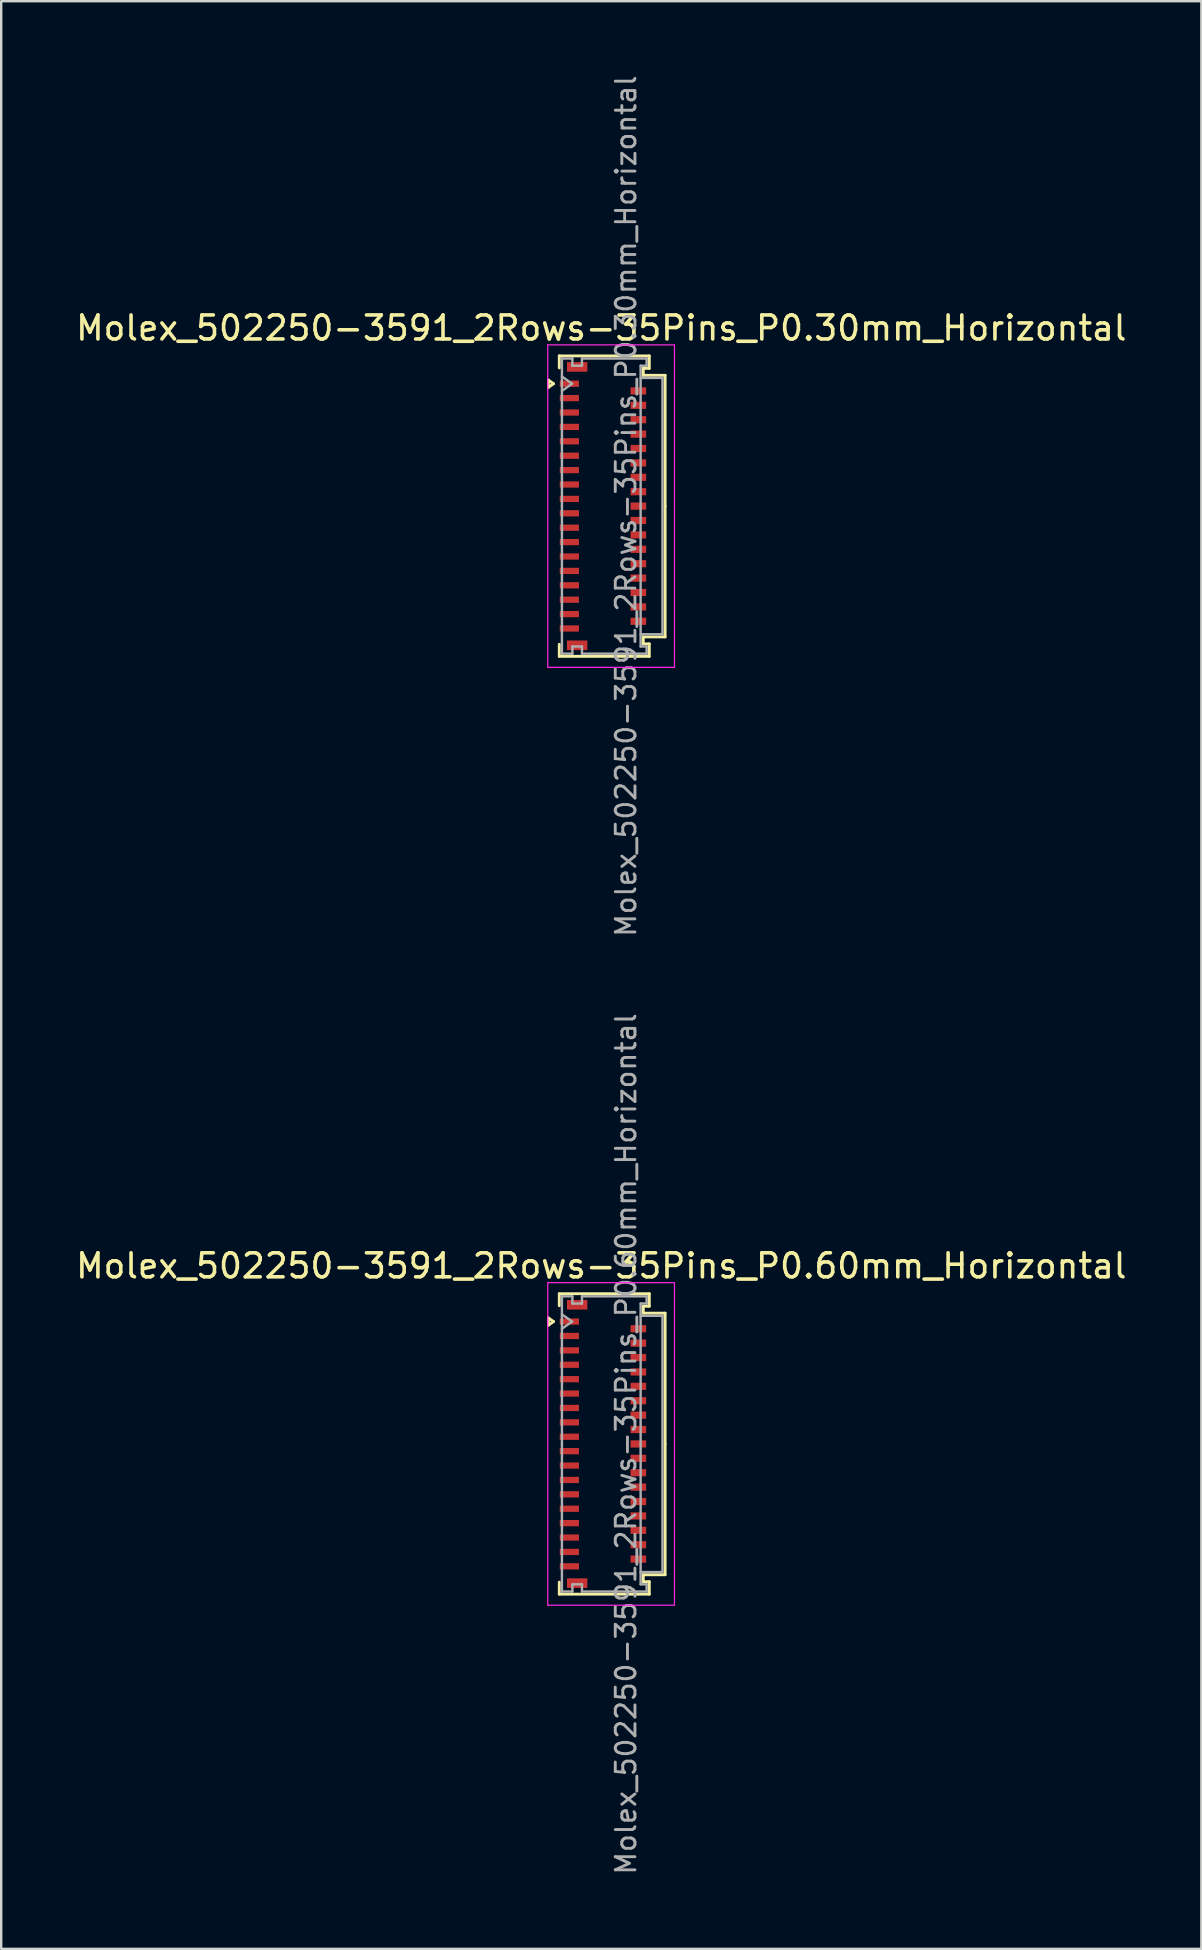
<source format=kicad_pcb>
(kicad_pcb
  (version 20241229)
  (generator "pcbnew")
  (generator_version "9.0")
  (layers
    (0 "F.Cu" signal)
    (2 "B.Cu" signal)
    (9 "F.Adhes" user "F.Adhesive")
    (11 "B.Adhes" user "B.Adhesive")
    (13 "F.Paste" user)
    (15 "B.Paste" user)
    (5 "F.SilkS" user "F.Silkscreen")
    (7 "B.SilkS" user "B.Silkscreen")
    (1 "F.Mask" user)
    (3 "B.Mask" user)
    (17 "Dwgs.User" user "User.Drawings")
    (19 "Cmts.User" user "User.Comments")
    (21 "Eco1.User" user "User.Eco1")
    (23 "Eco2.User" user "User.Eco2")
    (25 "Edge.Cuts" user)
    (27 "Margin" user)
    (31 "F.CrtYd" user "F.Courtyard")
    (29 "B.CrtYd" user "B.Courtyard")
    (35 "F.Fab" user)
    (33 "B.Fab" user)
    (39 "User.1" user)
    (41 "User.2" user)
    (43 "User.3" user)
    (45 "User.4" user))
  (footprint "Molex_502250-3591_2Rows-35Pins_P0.30mm_Horizontal"
    (layer "F.Cu")
    (at 22.076 18.04)
    (property "Reference" "Molex_502250-3591_2Rows-35Pins_P0.30mm_Horizontal" (at -0.07 -7.42 0) (layer "F.SilkS") (effects (font (size 1 1) (thickness 0.15))))
    (attr smd)
    (fp_line (start -2.272 -5.25) (end -2.06 -5.1) (stroke (width 0.12) (type solid)) (layer "F.SilkS"))
    (fp_line (start -2.272 -4.95) (end -2.272 -5.25) (stroke (width 0.12) (type solid)) (layer "F.SilkS"))
    (fp_line (start -2.06 -5.1) (end -2.272 -4.95) (stroke (width 0.12) (type solid)) (layer "F.SilkS"))
    (fp_line (start -1.82 -6.26) (end 1.93 -6.26) (stroke (width 0.12) (type solid)) (layer "F.SilkS"))
    (fp_line (start -1.82 -5.76) (end -1.82 -6.26) (stroke (width 0.12) (type solid)) (layer "F.SilkS"))
    (fp_line (start -1.82 5.76) (end -1.82 6.26) (stroke (width 0.12) (type solid)) (layer "F.SilkS"))
    (fp_line (start -1.82 6.26) (end 1.93 6.26) (stroke (width 0.12) (type solid)) (layer "F.SilkS"))
    (fp_line (start 1.68 -5.74) (end 1.68 -5.45) (stroke (width 0.12) (type solid)) (layer "F.SilkS"))
    (fp_line (start 1.68 -5.45) (end 2.59 -5.45) (stroke (width 0.12) (type solid)) (layer "F.SilkS"))
    (fp_line (start 1.68 5.45) (end 2.59 5.45) (stroke (width 0.12) (type solid)) (layer "F.SilkS"))
    (fp_line (start 1.68 5.74) (end 1.68 5.45) (stroke (width 0.12) (type solid)) (layer "F.SilkS"))
    (fp_line (start 1.93 -6.26) (end 1.93 -5.74) (stroke (width 0.12) (type solid)) (layer "F.SilkS"))
    (fp_line (start 1.93 -5.74) (end 1.68 -5.74) (stroke (width 0.12) (type solid)) (layer "F.SilkS"))
    (fp_line (start 1.93 5.74) (end 1.68 5.74) (stroke (width 0.12) (type solid)) (layer "F.SilkS"))
    (fp_line (start 1.93 6.26) (end 1.93 5.74) (stroke (width 0.12) (type solid)) (layer "F.SilkS"))
    (fp_line (start 2.59 -5.45) (end 2.59 0) (stroke (width 0.12) (type solid)) (layer "F.SilkS"))
    (fp_line (start 2.59 5.45) (end 2.59 0) (stroke (width 0.12) (type solid)) (layer "F.SilkS"))
    (fp_line (start -2.3 -6.72) (end -2.3 6.72) (stroke (width 0.05) (type solid)) (layer "F.CrtYd"))
    (fp_line (start -2.3 6.72) (end 2.98 6.72) (stroke (width 0.05) (type solid)) (layer "F.CrtYd"))
    (fp_line (start 2.98 -6.72) (end -2.3 -6.72) (stroke (width 0.05) (type solid)) (layer "F.CrtYd"))
    (fp_line (start 2.98 6.72) (end 2.98 -6.72) (stroke (width 0.05) (type solid)) (layer "F.CrtYd"))
    (fp_line (start -1.71 -6.15) (end -1.275 -6.15) (stroke (width 0.1) (type solid)) (layer "F.Fab"))
    (fp_line (start -1.71 -5.4) (end -1.286 -5.1) (stroke (width 0.1) (type solid)) (layer "F.Fab"))
    (fp_line (start -1.71 0) (end -1.71 -6.15) (stroke (width 0.1) (type solid)) (layer "F.Fab"))
    (fp_line (start -1.71 0) (end -1.71 6.15) (stroke (width 0.1) (type solid)) (layer "F.Fab"))
    (fp_line (start -1.71 6.15) (end -1.275 6.15) (stroke (width 0.1) (type solid)) (layer "F.Fab"))
    (fp_line (start -1.286 -5.1) (end -1.71 -4.8) (stroke (width 0.1) (type solid)) (layer "F.Fab"))
    (fp_line (start -1.275 -6.15) (end -1.275 -5.85) (stroke (width 0.1) (type solid)) (layer "F.Fab"))
    (fp_line (start -1.275 -5.85) (end -0.875 -5.85) (stroke (width 0.1) (type solid)) (layer "F.Fab"))
    (fp_line (start -1.275 5.85) (end -0.875 5.85) (stroke (width 0.1) (type solid)) (layer "F.Fab"))
    (fp_line (start -1.275 6.15) (end -1.275 5.85) (stroke (width 0.1) (type solid)) (layer "F.Fab"))
    (fp_line (start -0.875 -6.15) (end 1.82 -6.15) (stroke (width 0.1) (type solid)) (layer "F.Fab"))
    (fp_line (start -0.875 -5.85) (end -0.875 -6.15) (stroke (width 0.1) (type solid)) (layer "F.Fab"))
    (fp_line (start -0.875 5.85) (end -0.875 6.15) (stroke (width 0.1) (type solid)) (layer "F.Fab"))
    (fp_line (start -0.875 6.15) (end 1.82 6.15) (stroke (width 0.1) (type solid)) (layer "F.Fab"))
    (fp_line (start 1.57 -5.85) (end 1.57 0) (stroke (width 0.1) (type solid)) (layer "F.Fab"))
    (fp_line (start 1.57 -5.34) (end 2.48 -5.34) (stroke (width 0.1) (type solid)) (layer "F.Fab"))
    (fp_line (start 1.57 5.85) (end 1.57 0) (stroke (width 0.1) (type solid)) (layer "F.Fab"))
    (fp_line (start 1.82 -6.15) (end 1.82 -5.85) (stroke (width 0.1) (type solid)) (layer "F.Fab"))
    (fp_line (start 1.82 -5.85) (end 1.57 -5.85) (stroke (width 0.1) (type solid)) (layer "F.Fab"))
    (fp_line (start 1.82 5.85) (end 1.57 5.85) (stroke (width 0.1) (type solid)) (layer "F.Fab"))
    (fp_line (start 1.82 6.15) (end 1.82 5.85) (stroke (width 0.1) (type solid)) (layer "F.Fab"))
    (fp_line (start 2.48 -5.34) (end 2.48 5.34) (stroke (width 0.1) (type solid)) (layer "F.Fab"))
    (fp_line (start 2.48 5.34) (end 1.57 5.34) (stroke (width 0.1) (type solid)) (layer "F.Fab"))
    (fp_text user "${REFERENCE}" (at 0.96 0 90) (layer "F.Fab") (effects (font (size 0.82 0.82) (thickness 0.12))))
    (pad "" smd rect (at -1.075 -5.8) (size 0.85 0.4) (layers "F.Cu" "F.Mask" "F.Paste"))
    (pad "" smd rect (at -1.075 5.8) (size 0.85 0.4) (layers "F.Cu" "F.Mask" "F.Paste"))
    (pad "1" smd rect (at -1.4 -5.1) (size 0.8 0.26) (layers "F.Cu" "F.Mask" "F.Paste"))
    (pad "2" smd rect (at 1.475 -4.8) (size 0.65 0.3) (layers "F.Cu" "F.Mask" "F.Paste"))
    (pad "3" smd rect (at -1.4 -4.5) (size 0.8 0.26) (layers "F.Cu" "F.Mask" "F.Paste"))
    (pad "4" smd rect (at 1.475 -4.2) (size 0.65 0.3) (layers "F.Cu" "F.Mask" "F.Paste"))
    (pad "5" smd rect (at -1.4 -3.9) (size 0.8 0.26) (layers "F.Cu" "F.Mask" "F.Paste"))
    (pad "6" smd rect (at 1.475 -3.6) (size 0.65 0.3) (layers "F.Cu" "F.Mask" "F.Paste"))
    (pad "7" smd rect (at -1.4 -3.3) (size 0.8 0.26) (layers "F.Cu" "F.Mask" "F.Paste"))
    (pad "8" smd rect (at 1.475 -3) (size 0.65 0.3) (layers "F.Cu" "F.Mask" "F.Paste"))
    (pad "9" smd rect (at -1.4 -2.7) (size 0.8 0.26) (layers "F.Cu" "F.Mask" "F.Paste"))
    (pad "10" smd rect (at 1.475 -2.4) (size 0.65 0.3) (layers "F.Cu" "F.Mask" "F.Paste"))
    (pad "11" smd rect (at -1.4 -2.1) (size 0.8 0.26) (layers "F.Cu" "F.Mask" "F.Paste"))
    (pad "12" smd rect (at 1.475 -1.8) (size 0.65 0.3) (layers "F.Cu" "F.Mask" "F.Paste"))
    (pad "13" smd rect (at -1.4 -1.5) (size 0.8 0.26) (layers "F.Cu" "F.Mask" "F.Paste"))
    (pad "14" smd rect (at 1.475 -1.2) (size 0.65 0.3) (layers "F.Cu" "F.Mask" "F.Paste"))
    (pad "15" smd rect (at -1.4 -0.9) (size 0.8 0.26) (layers "F.Cu" "F.Mask" "F.Paste"))
    (pad "16" smd rect (at 1.475 -0.6) (size 0.65 0.3) (layers "F.Cu" "F.Mask" "F.Paste"))
    (pad "17" smd rect (at -1.4 -0.3) (size 0.8 0.26) (layers "F.Cu" "F.Mask" "F.Paste"))
    (pad "18" smd rect (at 1.475 0) (size 0.65 0.3) (layers "F.Cu" "F.Mask" "F.Paste"))
    (pad "19" smd rect (at -1.4 0.3) (size 0.8 0.26) (layers "F.Cu" "F.Mask" "F.Paste"))
    (pad "20" smd rect (at 1.475 0.6) (size 0.65 0.3) (layers "F.Cu" "F.Mask" "F.Paste"))
    (pad "21" smd rect (at -1.4 0.9) (size 0.8 0.26) (layers "F.Cu" "F.Mask" "F.Paste"))
    (pad "22" smd rect (at 1.475 1.2) (size 0.65 0.3) (layers "F.Cu" "F.Mask" "F.Paste"))
    (pad "23" smd rect (at -1.4 1.5) (size 0.8 0.26) (layers "F.Cu" "F.Mask" "F.Paste"))
    (pad "24" smd rect (at 1.475 1.8) (size 0.65 0.3) (layers "F.Cu" "F.Mask" "F.Paste"))
    (pad "25" smd rect (at -1.4 2.1) (size 0.8 0.26) (layers "F.Cu" "F.Mask" "F.Paste"))
    (pad "26" smd rect (at 1.475 2.4) (size 0.65 0.3) (layers "F.Cu" "F.Mask" "F.Paste"))
    (pad "27" smd rect (at -1.4 2.7) (size 0.8 0.26) (layers "F.Cu" "F.Mask" "F.Paste"))
    (pad "28" smd rect (at 1.475 3) (size 0.65 0.3) (layers "F.Cu" "F.Mask" "F.Paste"))
    (pad "29" smd rect (at -1.4 3.3) (size 0.8 0.26) (layers "F.Cu" "F.Mask" "F.Paste"))
    (pad "30" smd rect (at 1.475 3.6) (size 0.65 0.3) (layers "F.Cu" "F.Mask" "F.Paste"))
    (pad "31" smd rect (at -1.4 3.9) (size 0.8 0.26) (layers "F.Cu" "F.Mask" "F.Paste"))
    (pad "32" smd rect (at 1.475 4.2) (size 0.65 0.3) (layers "F.Cu" "F.Mask" "F.Paste"))
    (pad "33" smd rect (at -1.4 4.5) (size 0.8 0.26) (layers "F.Cu" "F.Mask" "F.Paste"))
    (pad "34" smd rect (at 1.475 4.8) (size 0.65 0.3) (layers "F.Cu" "F.Mask" "F.Paste"))
    (pad "35" smd rect (at -1.4 5.1) (size 0.8 0.26) (layers "F.Cu" "F.Mask" "F.Paste")))
  (footprint "Molex_502250-3591_2Rows-35Pins_P0.60mm_Horizontal"
    (layer "F.Cu")
    (at 22.076 57.121)
    (property "Reference" "Molex_502250-3591_2Rows-35Pins_P0.60mm_Horizontal" (at -0.07 -7.42 0) (layer "F.SilkS") (effects (font (size 1 1) (thickness 0.15))))
    (attr smd)
    (fp_line (start -2.272 -5.25) (end -2.06 -5.1) (stroke (width 0.12) (type solid)) (layer "F.SilkS"))
    (fp_line (start -2.272 -4.95) (end -2.272 -5.25) (stroke (width 0.12) (type solid)) (layer "F.SilkS"))
    (fp_line (start -2.06 -5.1) (end -2.272 -4.95) (stroke (width 0.12) (type solid)) (layer "F.SilkS"))
    (fp_line (start -1.82 -6.26) (end 1.93 -6.26) (stroke (width 0.12) (type solid)) (layer "F.SilkS"))
    (fp_line (start -1.82 -5.76) (end -1.82 -6.26) (stroke (width 0.12) (type solid)) (layer "F.SilkS"))
    (fp_line (start -1.82 5.76) (end -1.82 6.26) (stroke (width 0.12) (type solid)) (layer "F.SilkS"))
    (fp_line (start -1.82 6.26) (end 1.93 6.26) (stroke (width 0.12) (type solid)) (layer "F.SilkS"))
    (fp_line (start 1.68 -5.74) (end 1.68 -5.45) (stroke (width 0.12) (type solid)) (layer "F.SilkS"))
    (fp_line (start 1.68 -5.45) (end 2.59 -5.45) (stroke (width 0.12) (type solid)) (layer "F.SilkS"))
    (fp_line (start 1.68 5.45) (end 2.59 5.45) (stroke (width 0.12) (type solid)) (layer "F.SilkS"))
    (fp_line (start 1.68 5.74) (end 1.68 5.45) (stroke (width 0.12) (type solid)) (layer "F.SilkS"))
    (fp_line (start 1.93 -6.26) (end 1.93 -5.74) (stroke (width 0.12) (type solid)) (layer "F.SilkS"))
    (fp_line (start 1.93 -5.74) (end 1.68 -5.74) (stroke (width 0.12) (type solid)) (layer "F.SilkS"))
    (fp_line (start 1.93 5.74) (end 1.68 5.74) (stroke (width 0.12) (type solid)) (layer "F.SilkS"))
    (fp_line (start 1.93 6.26) (end 1.93 5.74) (stroke (width 0.12) (type solid)) (layer "F.SilkS"))
    (fp_line (start 2.59 -5.45) (end 2.59 0) (stroke (width 0.12) (type solid)) (layer "F.SilkS"))
    (fp_line (start 2.59 5.45) (end 2.59 0) (stroke (width 0.12) (type solid)) (layer "F.SilkS"))
    (fp_line (start -2.3 -6.72) (end -2.3 6.72) (stroke (width 0.05) (type solid)) (layer "F.CrtYd"))
    (fp_line (start -2.3 6.72) (end 2.98 6.72) (stroke (width 0.05) (type solid)) (layer "F.CrtYd"))
    (fp_line (start 2.98 -6.72) (end -2.3 -6.72) (stroke (width 0.05) (type solid)) (layer "F.CrtYd"))
    (fp_line (start 2.98 6.72) (end 2.98 -6.72) (stroke (width 0.05) (type solid)) (layer "F.CrtYd"))
    (fp_line (start -1.71 -6.15) (end -1.275 -6.15) (stroke (width 0.1) (type solid)) (layer "F.Fab"))
    (fp_line (start -1.71 -5.4) (end -1.286 -5.1) (stroke (width 0.1) (type solid)) (layer "F.Fab"))
    (fp_line (start -1.71 0) (end -1.71 -6.15) (stroke (width 0.1) (type solid)) (layer "F.Fab"))
    (fp_line (start -1.71 0) (end -1.71 6.15) (stroke (width 0.1) (type solid)) (layer "F.Fab"))
    (fp_line (start -1.71 6.15) (end -1.275 6.15) (stroke (width 0.1) (type solid)) (layer "F.Fab"))
    (fp_line (start -1.286 -5.1) (end -1.71 -4.8) (stroke (width 0.1) (type solid)) (layer "F.Fab"))
    (fp_line (start -1.275 -6.15) (end -1.275 -5.85) (stroke (width 0.1) (type solid)) (layer "F.Fab"))
    (fp_line (start -1.275 -5.85) (end -0.875 -5.85) (stroke (width 0.1) (type solid)) (layer "F.Fab"))
    (fp_line (start -1.275 5.85) (end -0.875 5.85) (stroke (width 0.1) (type solid)) (layer "F.Fab"))
    (fp_line (start -1.275 6.15) (end -1.275 5.85) (stroke (width 0.1) (type solid)) (layer "F.Fab"))
    (fp_line (start -0.875 -6.15) (end 1.82 -6.15) (stroke (width 0.1) (type solid)) (layer "F.Fab"))
    (fp_line (start -0.875 -5.85) (end -0.875 -6.15) (stroke (width 0.1) (type solid)) (layer "F.Fab"))
    (fp_line (start -0.875 5.85) (end -0.875 6.15) (stroke (width 0.1) (type solid)) (layer "F.Fab"))
    (fp_line (start -0.875 6.15) (end 1.82 6.15) (stroke (width 0.1) (type solid)) (layer "F.Fab"))
    (fp_line (start 1.57 -5.85) (end 1.57 0) (stroke (width 0.1) (type solid)) (layer "F.Fab"))
    (fp_line (start 1.57 -5.34) (end 2.48 -5.34) (stroke (width 0.1) (type solid)) (layer "F.Fab"))
    (fp_line (start 1.57 5.85) (end 1.57 0) (stroke (width 0.1) (type solid)) (layer "F.Fab"))
    (fp_line (start 1.82 -6.15) (end 1.82 -5.85) (stroke (width 0.1) (type solid)) (layer "F.Fab"))
    (fp_line (start 1.82 -5.85) (end 1.57 -5.85) (stroke (width 0.1) (type solid)) (layer "F.Fab"))
    (fp_line (start 1.82 5.85) (end 1.57 5.85) (stroke (width 0.1) (type solid)) (layer "F.Fab"))
    (fp_line (start 1.82 6.15) (end 1.82 5.85) (stroke (width 0.1) (type solid)) (layer "F.Fab"))
    (fp_line (start 2.48 -5.34) (end 2.48 5.34) (stroke (width 0.1) (type solid)) (layer "F.Fab"))
    (fp_line (start 2.48 5.34) (end 1.57 5.34) (stroke (width 0.1) (type solid)) (layer "F.Fab"))
    (fp_text user "${REFERENCE}" (at 0.96 0 90) (layer "F.Fab") (effects (font (size 0.82 0.82) (thickness 0.12))))
    (pad "" smd rect (at -1.075 -5.8) (size 0.85 0.4) (layers "F.Cu" "F.Mask" "F.Paste"))
    (pad "" smd rect (at -1.075 5.8) (size 0.85 0.4) (layers "F.Cu" "F.Mask" "F.Paste"))
    (pad "1" smd rect (at -1.4 -5.1) (size 0.8 0.26) (layers "F.Cu" "F.Mask" "F.Paste"))
    (pad "2" smd rect (at 1.475 -4.8) (size 0.65 0.3) (layers "F.Cu" "F.Mask" "F.Paste"))
    (pad "3" smd rect (at -1.4 -4.5) (size 0.8 0.26) (layers "F.Cu" "F.Mask" "F.Paste"))
    (pad "4" smd rect (at 1.475 -4.2) (size 0.65 0.3) (layers "F.Cu" "F.Mask" "F.Paste"))
    (pad "5" smd rect (at -1.4 -3.9) (size 0.8 0.26) (layers "F.Cu" "F.Mask" "F.Paste"))
    (pad "6" smd rect (at 1.475 -3.6) (size 0.65 0.3) (layers "F.Cu" "F.Mask" "F.Paste"))
    (pad "7" smd rect (at -1.4 -3.3) (size 0.8 0.26) (layers "F.Cu" "F.Mask" "F.Paste"))
    (pad "8" smd rect (at 1.475 -3) (size 0.65 0.3) (layers "F.Cu" "F.Mask" "F.Paste"))
    (pad "9" smd rect (at -1.4 -2.7) (size 0.8 0.26) (layers "F.Cu" "F.Mask" "F.Paste"))
    (pad "10" smd rect (at 1.475 -2.4) (size 0.65 0.3) (layers "F.Cu" "F.Mask" "F.Paste"))
    (pad "11" smd rect (at -1.4 -2.1) (size 0.8 0.26) (layers "F.Cu" "F.Mask" "F.Paste"))
    (pad "12" smd rect (at 1.475 -1.8) (size 0.65 0.3) (layers "F.Cu" "F.Mask" "F.Paste"))
    (pad "13" smd rect (at -1.4 -1.5) (size 0.8 0.26) (layers "F.Cu" "F.Mask" "F.Paste"))
    (pad "14" smd rect (at 1.475 -1.2) (size 0.65 0.3) (layers "F.Cu" "F.Mask" "F.Paste"))
    (pad "15" smd rect (at -1.4 -0.9) (size 0.8 0.26) (layers "F.Cu" "F.Mask" "F.Paste"))
    (pad "16" smd rect (at 1.475 -0.6) (size 0.65 0.3) (layers "F.Cu" "F.Mask" "F.Paste"))
    (pad "17" smd rect (at -1.4 -0.3) (size 0.8 0.26) (layers "F.Cu" "F.Mask" "F.Paste"))
    (pad "18" smd rect (at 1.475 0) (size 0.65 0.3) (layers "F.Cu" "F.Mask" "F.Paste"))
    (pad "19" smd rect (at -1.4 0.3) (size 0.8 0.26) (layers "F.Cu" "F.Mask" "F.Paste"))
    (pad "20" smd rect (at 1.475 0.6) (size 0.65 0.3) (layers "F.Cu" "F.Mask" "F.Paste"))
    (pad "21" smd rect (at -1.4 0.9) (size 0.8 0.26) (layers "F.Cu" "F.Mask" "F.Paste"))
    (pad "22" smd rect (at 1.475 1.2) (size 0.65 0.3) (layers "F.Cu" "F.Mask" "F.Paste"))
    (pad "23" smd rect (at -1.4 1.5) (size 0.8 0.26) (layers "F.Cu" "F.Mask" "F.Paste"))
    (pad "24" smd rect (at 1.475 1.8) (size 0.65 0.3) (layers "F.Cu" "F.Mask" "F.Paste"))
    (pad "25" smd rect (at -1.4 2.1) (size 0.8 0.26) (layers "F.Cu" "F.Mask" "F.Paste"))
    (pad "26" smd rect (at 1.475 2.4) (size 0.65 0.3) (layers "F.Cu" "F.Mask" "F.Paste"))
    (pad "27" smd rect (at -1.4 2.7) (size 0.8 0.26) (layers "F.Cu" "F.Mask" "F.Paste"))
    (pad "28" smd rect (at 1.475 3) (size 0.65 0.3) (layers "F.Cu" "F.Mask" "F.Paste"))
    (pad "29" smd rect (at -1.4 3.3) (size 0.8 0.26) (layers "F.Cu" "F.Mask" "F.Paste"))
    (pad "30" smd rect (at 1.475 3.6) (size 0.65 0.3) (layers "F.Cu" "F.Mask" "F.Paste"))
    (pad "31" smd rect (at -1.4 3.9) (size 0.8 0.26) (layers "F.Cu" "F.Mask" "F.Paste"))
    (pad "32" smd rect (at 1.475 4.2) (size 0.65 0.3) (layers "F.Cu" "F.Mask" "F.Paste"))
    (pad "33" smd rect (at -1.4 4.5) (size 0.8 0.26) (layers "F.Cu" "F.Mask" "F.Paste"))
    (pad "34" smd rect (at 1.475 4.8) (size 0.65 0.3) (layers "F.Cu" "F.Mask" "F.Paste"))
    (pad "35" smd rect (at -1.4 5.1) (size 0.8 0.26) (layers "F.Cu" "F.Mask" "F.Paste")))
  (gr_rect
    (start -3 -3)
    (end 47.012 78.162)
    (stroke (width 0.1) (type default))
    (fill no)
    (layer "Edge.Cuts")))
</source>
